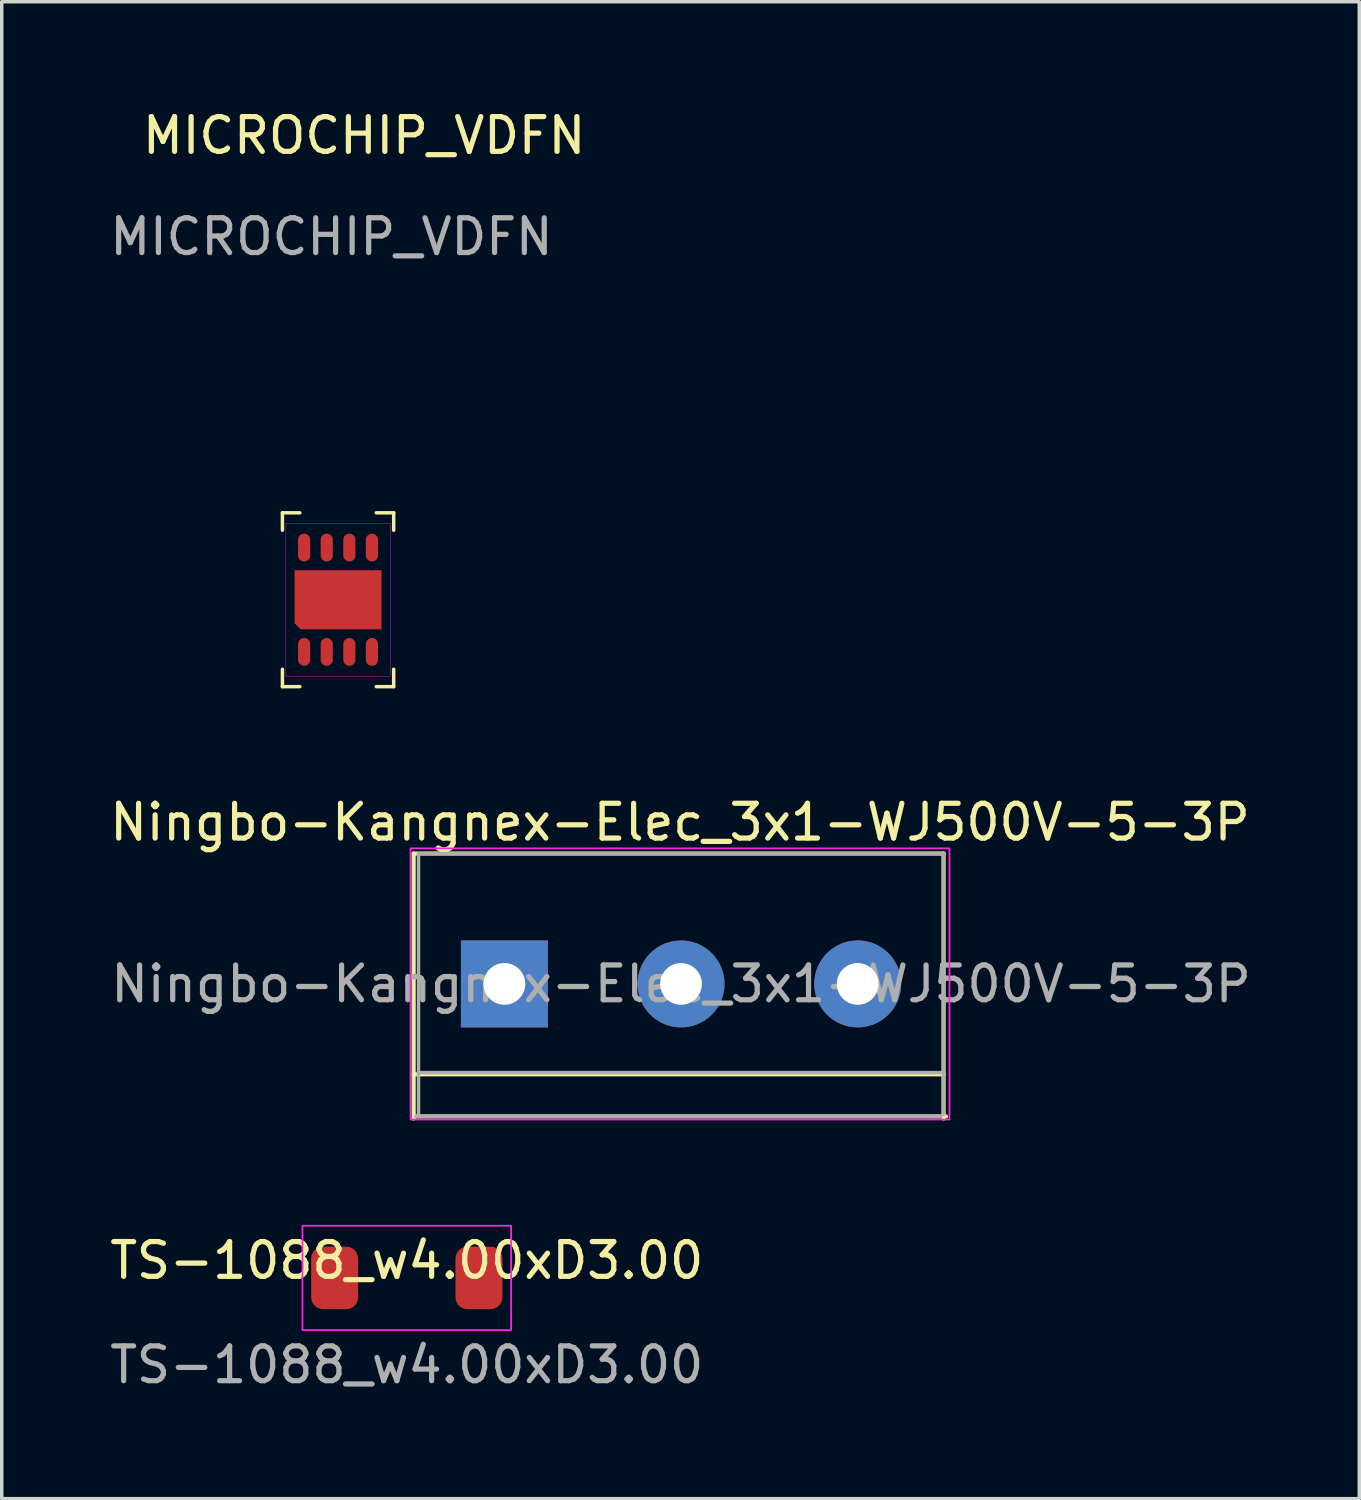
<source format=kicad_pcb>
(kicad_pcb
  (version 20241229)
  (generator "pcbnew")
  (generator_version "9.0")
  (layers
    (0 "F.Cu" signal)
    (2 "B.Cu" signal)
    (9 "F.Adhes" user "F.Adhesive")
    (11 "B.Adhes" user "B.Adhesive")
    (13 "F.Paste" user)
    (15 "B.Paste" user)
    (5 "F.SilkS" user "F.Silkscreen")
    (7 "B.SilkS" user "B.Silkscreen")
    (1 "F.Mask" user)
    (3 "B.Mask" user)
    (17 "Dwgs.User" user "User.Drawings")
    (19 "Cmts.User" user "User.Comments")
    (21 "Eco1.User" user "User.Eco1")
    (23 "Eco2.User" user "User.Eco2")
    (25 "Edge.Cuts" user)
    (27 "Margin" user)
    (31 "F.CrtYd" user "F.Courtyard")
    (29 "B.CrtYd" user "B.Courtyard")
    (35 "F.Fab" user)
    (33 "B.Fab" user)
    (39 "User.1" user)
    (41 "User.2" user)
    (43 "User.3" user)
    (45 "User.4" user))
  (footprint "Ningbo-Kangnex-Elec_3x1-WJ500V-5-3P"
    (layer "F.Cu")
    (at 16.636 25.297)
    (property "Reference" "Ningbo-Kangnex-Elec_3x1-WJ500V-5-3P" (at -0.13 -4.7 0) (layer "F.SilkS") (effects (font (size 1 1) (thickness 0.15))))
    (attr through_hole)
    (fp_line (start -7.79 -3.8) (end 7.45 -3.8) (stroke (width 0.12) (type solid)) (layer "F.SilkS"))
    (fp_line (start -7.79 2.55) (end 7.45 2.55) (stroke (width 0.12) (type solid)) (layer "F.SilkS"))
    (fp_line (start -7.79 3.82) (end -7.79 -3.8) (stroke (width 0.12) (type solid)) (layer "F.SilkS"))
    (fp_line (start -7.72 3.76) (end 7.52 3.76) (stroke (width 0.12) (type solid)) (layer "F.SilkS"))
    (fp_line (start 7.45 3.82) (end 7.45 -3.8) (stroke (width 0.12) (type solid)) (layer "F.SilkS"))
    (fp_rect (start -7.88 -3.95) (end 7.62 3.85) (stroke (width 0.05) (type default)) (fill no) (layer "F.CrtYd"))
    (fp_line (start -7.65 -3.8) (end 7.45 -3.8) (stroke (width 0.1) (type solid)) (layer "F.Fab"))
    (fp_line (start -7.65 2.5) (end 7.45 2.5) (stroke (width 0.1) (type solid)) (layer "F.Fab"))
    (fp_line (start -7.65 3.7) (end -7.65 -3.8) (stroke (width 0.1) (type solid)) (layer "F.Fab"))
    (fp_line (start 7.38 3.76) (end -7.72 3.76) (stroke (width 0.1) (type solid)) (layer "F.Fab"))
    (fp_line (start 7.45 -3.8) (end 7.45 3.7) (stroke (width 0.1) (type solid)) (layer "F.Fab"))
    (fp_text user "${REFERENCE}" (at -0.1 -0.05 0) (layer "F.Fab") (effects (font (size 1 1) (thickness 0.15))))
    (pad "1" thru_hole rect (at -5.18 -0.05) (size 2.5 2.5) (drill 1.2) (layers "*.Cu" "*.Mask"))
    (pad "2" thru_hole circle (at -0.1 -0.05) (size 2.5 2.5) (drill 1.2) (layers "*.Cu" "*.Mask"))
    (pad "3" thru_hole circle (at 4.98 -0.05) (size 2.5 2.5) (drill 1.2) (layers "*.Cu" "*.Mask")))
  (footprint "MICROCHIP_VDFN"
    (layer "F.Cu")
    (at 6.672 14.198)
    (property "Reference" "MICROCHIP_VDFN" (at 0.75 -13.35 0) (unlocked yes) (layer "F.SilkS") (effects (font (size 1 1) (thickness 0.15))))
    (attr smd)
    (fp_line (start -1.6 -2.5) (end -1.6 -2) (stroke (width 0.1) (type default)) (layer "F.SilkS"))
    (fp_line (start -1.6 2) (end -1.6 2.5) (stroke (width 0.1) (type default)) (layer "F.SilkS"))
    (fp_line (start -1.6 2.5) (end -1.1 2.5) (stroke (width 0.1) (type default)) (layer "F.SilkS"))
    (fp_line (start -1.1 -2.5) (end -1.6 -2.5) (stroke (width 0.1) (type default)) (layer "F.SilkS"))
    (fp_line (start 1.1 2.5) (end 1.6 2.5) (stroke (width 0.1) (type default)) (layer "F.SilkS"))
    (fp_line (start 1.6 -2.5) (end 1.1 -2.5) (stroke (width 0.1) (type default)) (layer "F.SilkS"))
    (fp_line (start 1.6 -2) (end 1.6 -2.5) (stroke (width 0.1) (type default)) (layer "F.SilkS"))
    (fp_line (start 1.6 2.5) (end 1.6 2) (stroke (width 0.1) (type default)) (layer "F.SilkS"))
    (fp_rect (start -1.5 -2.2) (end 1.5 2.2) (stroke (width 0.01) (type default)) (fill no) (layer "F.CrtYd"))
    (fp_text user "${REFERENCE}" (at -0.19 -10.44 0) (unlocked yes) (layer "F.Fab") (effects (font (size 1 1) (thickness 0.15))))
    (pad "1" smd oval (at -0.975 1.5) (size 0.35 0.8) (layers "F.Cu" "F.Mask" "F.Paste"))
    (pad "2" smd oval (at -0.325 1.5) (size 0.35 0.8) (layers "F.Cu" "F.Mask" "F.Paste"))
    (pad "3" smd oval (at 0.325 1.5) (size 0.35 0.8) (layers "F.Cu" "F.Mask" "F.Paste"))
    (pad "4" smd oval (at 0.975 1.5) (size 0.35 0.8) (layers "F.Cu" "F.Mask" "F.Paste"))
    (pad "5" smd oval (at 0.975 -1.5) (size 0.35 0.8) (layers "F.Cu" "F.Mask" "F.Paste"))
    (pad "6" smd oval (at 0.325 -1.5) (size 0.35 0.8) (layers "F.Cu" "F.Mask" "F.Paste"))
    (pad "7" smd oval (at -0.325 -1.5) (size 0.35 0.8) (layers "F.Cu" "F.Mask" "F.Paste"))
    (pad "8" smd oval (at -0.975 -1.5) (size 0.35 0.8) (layers "F.Cu" "F.Mask" "F.Paste"))
    (pad "9" smd roundrect (at 0 0) (size 2.5 1.7) (layers "F.Cu" "F.Mask" "F.Paste") (roundrect_rratio 0) (chamfer_ratio 0.1) (chamfer bottom_left)))
  (footprint "TS-1088_w4.00xD3.00"
    (layer "F.Cu")
    (at 8.649 33.702)
    (property "Reference" "TS-1088_w4.00xD3.00" (at 0 -0.5 0) (unlocked yes) (layer "F.SilkS") (effects (font (size 1 1) (thickness 0.15))))
    (attr smd)
    (fp_rect (start -3 -1.5) (end 3 1.5) (stroke (width 0.05) (type default)) (fill no) (layer "F.CrtYd"))
    (fp_text user "${REFERENCE}" (at 0 2.5 0) (unlocked yes) (layer "F.Fab") (effects (font (size 1 1) (thickness 0.15))))
    (pad "1" smd roundrect (at -2.075 0) (size 1.35 1.8) (layers "F.Cu" "F.Mask" "F.Paste") (roundrect_rratio 0.25))
    (pad "2" smd roundrect (at 2.075 0) (size 1.35 1.8) (layers "F.Cu" "F.Mask" "F.Paste") (roundrect_rratio 0.25)))
  (gr_rect
    (start -3 -3)
    (end 36.042 40.05)
    (stroke (width 0.1) (type default))
    (fill no)
    (layer "Edge.Cuts")))
</source>
